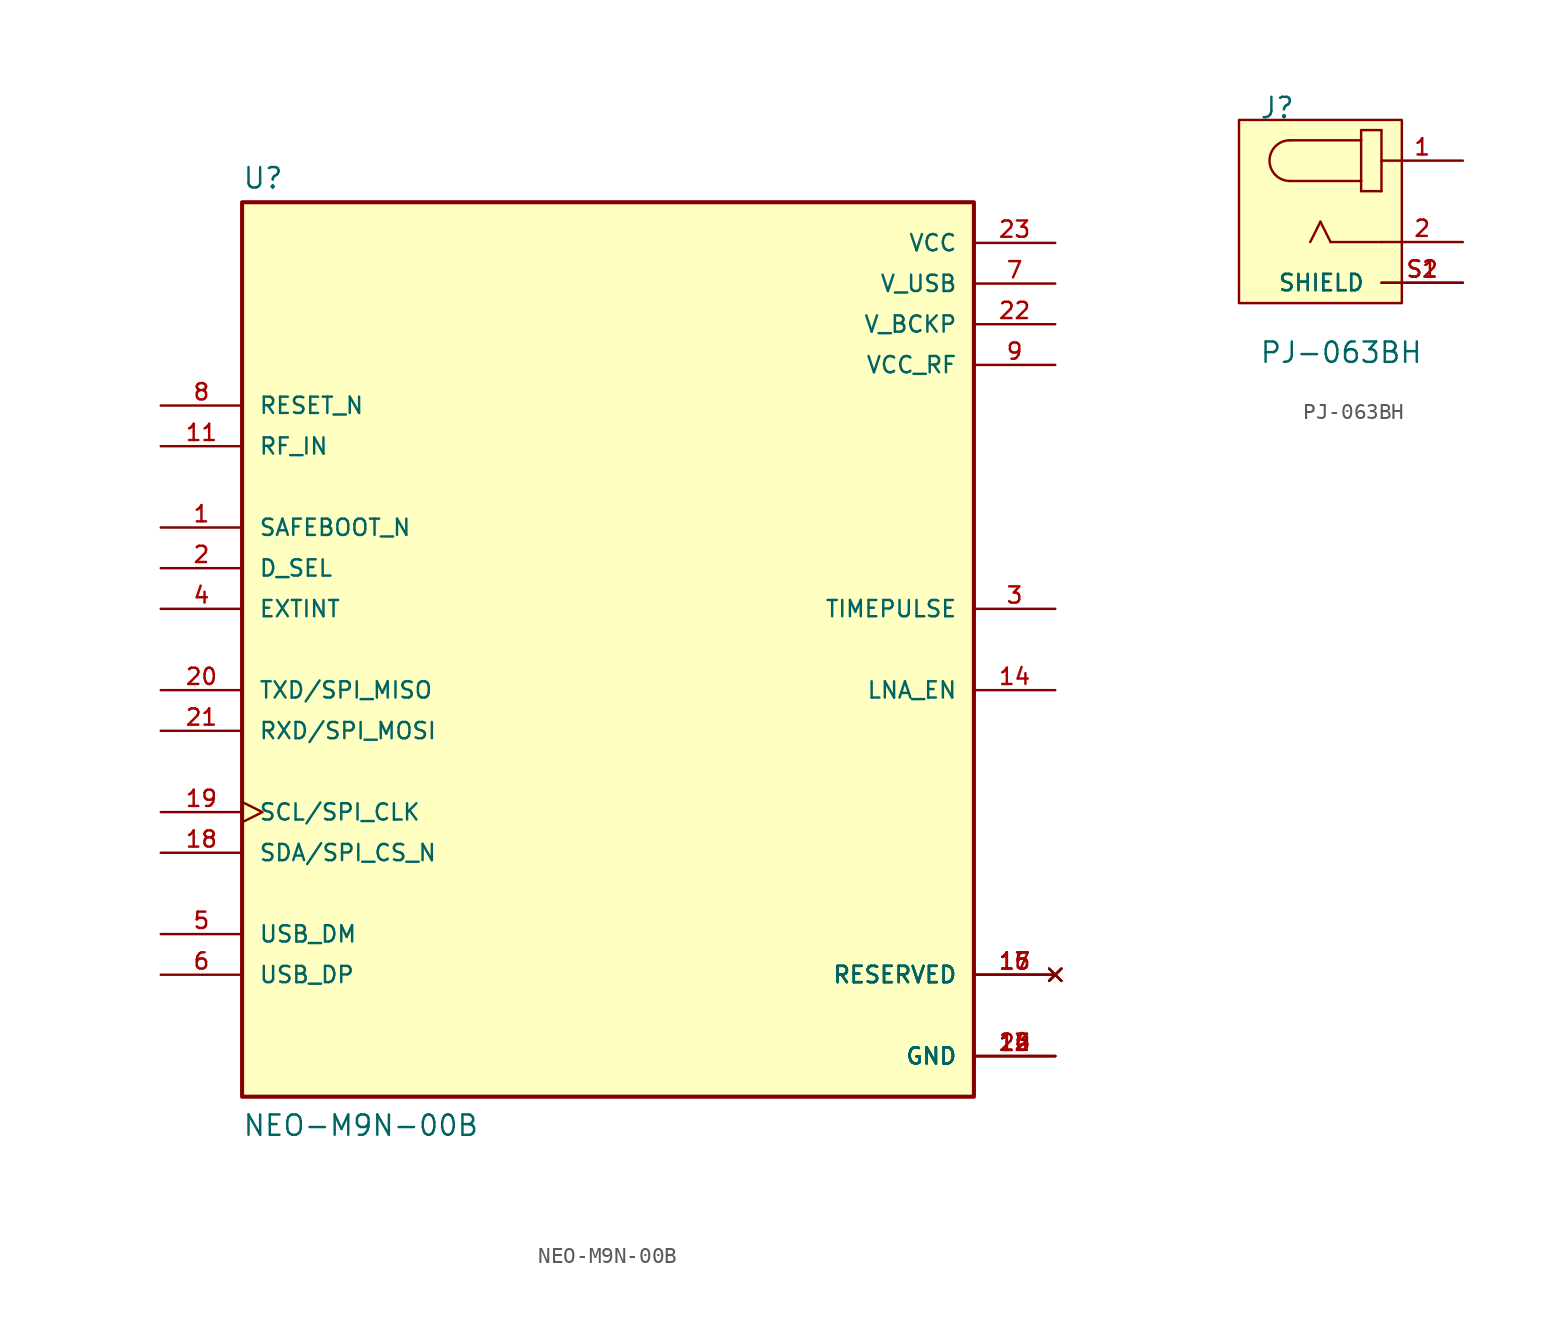
<source format=kicad_sym>
(kicad_symbol_lib
  (version 20211014)
  (generator kicad_symbol_editor)
  (symbol "NEO-M9N-00B"
    (pin_names
      (offset 1.016))
    (property "Reference" "U"
      (at -22.86 28.702 0)
      (effects (font (size 1.27 1.27)) (justify left bottom)))
    (property "Value" "NEO-M9N-00B"
      (at -22.86 -30.48 0)
      (effects (font (size 1.27 1.27)) (justify left bottom)))
    (symbol "NEO-M9N-00B_0_0"
      (rectangle (start -22.86 -27.94) (end 22.86 27.94) (stroke (width 0.254) (type default) (color 0 0 0 0)) (fill (type background)))
      (pin input line (at -27.94 7.62 0) (length 5.08) (name "SAFEBOOT_N" (effects (font (size 1.016 1.016)))) (number "1" (effects (font (size 1.016 1.016)))))
      (pin power_in line (at 27.94 -25.4 180) (length 5.08) (name "GND" (effects (font (size 1.016 1.016)))) (number "10" (effects (font (size 1.016 1.016)))))
      (pin input line (at -27.94 12.7 0) (length 5.08) (name "RF_IN" (effects (font (size 1.016 1.016)))) (number "11" (effects (font (size 1.016 1.016)))))
      (pin power_in line (at 27.94 -25.4 180) (length 5.08) (name "GND" (effects (font (size 1.016 1.016)))) (number "12" (effects (font (size 1.016 1.016)))))
      (pin power_in line (at 27.94 -25.4 180) (length 5.08) (name "GND" (effects (font (size 1.016 1.016)))) (number "13" (effects (font (size 1.016 1.016)))))
      (pin output line (at 27.94 -2.54 180) (length 5.08) (name "LNA_EN" (effects (font (size 1.016 1.016)))) (number "14" (effects (font (size 1.016 1.016)))))
      (pin no_connect line (at 27.94 -20.32 180) (length 5.08) (name "RESERVED" (effects (font (size 1.016 1.016)))) (number "15" (effects (font (size 1.016 1.016)))))
      (pin no_connect line (at 27.94 -20.32 180) (length 5.08) (name "RESERVED" (effects (font (size 1.016 1.016)))) (number "16" (effects (font (size 1.016 1.016)))))
      (pin no_connect line (at 27.94 -20.32 180) (length 5.08) (name "RESERVED" (effects (font (size 1.016 1.016)))) (number "17" (effects (font (size 1.016 1.016)))))
      (pin bidirectional line (at -27.94 -12.7 0) (length 5.08) (name "SDA/SPI_CS_N" (effects (font (size 1.016 1.016)))) (number "18" (effects (font (size 1.016 1.016)))))
      (pin bidirectional clock (at -27.94 -10.16 0) (length 5.08) (name "SCL/SPI_CLK" (effects (font (size 1.016 1.016)))) (number "19" (effects (font (size 1.016 1.016)))))
      (pin input line (at -27.94 5.08 0) (length 5.08) (name "D_SEL" (effects (font (size 1.016 1.016)))) (number "2" (effects (font (size 1.016 1.016)))))
      (pin output line (at -27.94 -2.54 0) (length 5.08) (name "TXD/SPI_MISO" (effects (font (size 1.016 1.016)))) (number "20" (effects (font (size 1.016 1.016)))))
      (pin input line (at -27.94 -5.08 0) (length 5.08) (name "RXD/SPI_MOSI" (effects (font (size 1.016 1.016)))) (number "21" (effects (font (size 1.016 1.016)))))
      (pin power_in line (at 27.94 20.32 180) (length 5.08) (name "V_BCKP" (effects (font (size 1.016 1.016)))) (number "22" (effects (font (size 1.016 1.016)))))
      (pin power_in line (at 27.94 25.4 180) (length 5.08) (name "VCC" (effects (font (size 1.016 1.016)))) (number "23" (effects (font (size 1.016 1.016)))))
      (pin power_in line (at 27.94 -25.4 180) (length 5.08) (name "GND" (effects (font (size 1.016 1.016)))) (number "24" (effects (font (size 1.016 1.016)))))
      (pin output line (at 27.94 2.54 180) (length 5.08) (name "TIMEPULSE" (effects (font (size 1.016 1.016)))) (number "3" (effects (font (size 1.016 1.016)))))
      (pin input line (at -27.94 2.54 0) (length 5.08) (name "EXTINT" (effects (font (size 1.016 1.016)))) (number "4" (effects (font (size 1.016 1.016)))))
      (pin bidirectional line (at -27.94 -17.78 0) (length 5.08) (name "USB_DM" (effects (font (size 1.016 1.016)))) (number "5" (effects (font (size 1.016 1.016)))))
      (pin bidirectional line (at -27.94 -20.32 0) (length 5.08) (name "USB_DP" (effects (font (size 1.016 1.016)))) (number "6" (effects (font (size 1.016 1.016)))))
      (pin power_in line (at 27.94 22.86 180) (length 5.08) (name "V_USB" (effects (font (size 1.016 1.016)))) (number "7" (effects (font (size 1.016 1.016)))))
      (pin input line (at -27.94 15.24 0) (length 5.08) (name "RESET_N" (effects (font (size 1.016 1.016)))) (number "8" (effects (font (size 1.016 1.016)))))
      (pin power_in line (at 27.94 17.78 180) (length 5.08) (name "VCC_RF" (effects (font (size 1.016 1.016)))) (number "9" (effects (font (size 1.016 1.016)))))))
  (symbol "PJ-063BH"
    (pin_names
      (offset 1.016))
    (property "Reference" "J"
      (at -7.634 5.09 0)
      (effects (font (size 1.27 1.27)) (justify left bottom)))
    (property "Value" "PJ-063BH"
      (at -7.633 -10.177 0)
      (effects (font (size 1.27 1.27)) (justify left bottom)))
    (symbol "PJ-063BH_0_0"
      (arc (start -5.715 3.81) (mid -6.985 2.54) (end -5.715 1.27) (stroke (width 0.1524) (type default) (color 0 0 0 0)) (fill (type none)))
      (polyline (pts (xy -5.715 3.81) (xy -1.27 3.81)) (stroke (width 0.152) (type default) (color 0 0 0 0)) (fill (type none)))
      (polyline (pts (xy -3.81 -1.27) (xy -4.445 -2.54)) (stroke (width 0.152) (type default) (color 0 0 0 0)) (fill (type none)))
      (polyline (pts (xy -3.175 -2.54) (xy -3.81 -1.27)) (stroke (width 0.152) (type default) (color 0 0 0 0)) (fill (type none)))
      (polyline (pts (xy -1.27 0.635) (xy 0 0.635)) (stroke (width 0.152) (type default) (color 0 0 0 0)) (fill (type none)))
      (polyline (pts (xy -1.27 1.27) (xy -5.715 1.27)) (stroke (width 0.152) (type default) (color 0 0 0 0)) (fill (type none)))
      (polyline (pts (xy -1.27 1.27) (xy -1.27 0.635)) (stroke (width 0.152) (type default) (color 0 0 0 0)) (fill (type none)))
      (polyline (pts (xy -1.27 3.81) (xy -1.27 1.27)) (stroke (width 0.152) (type default) (color 0 0 0 0)) (fill (type none)))
      (polyline (pts (xy -1.27 4.445) (xy -1.27 3.81)) (stroke (width 0.152) (type default) (color 0 0 0 0)) (fill (type none)))
      (polyline (pts (xy 0 -2.54) (xy -3.175 -2.54)) (stroke (width 0.152) (type default) (color 0 0 0 0)) (fill (type none)))
      (polyline (pts (xy 0 0.635) (xy 0 4.445)) (stroke (width 0.152) (type default) (color 0 0 0 0)) (fill (type none)))
      (polyline (pts (xy 0 4.445) (xy -1.27 4.445)) (stroke (width 0.152) (type default) (color 0 0 0 0)) (fill (type none)))
      (pin passive line (at 5.08 2.54 180) (length 5.08) (name "~" (effects (font (size 1.016 1.016)))) (number "1" (effects (font (size 1.016 1.016)))))
      (pin passive line (at 5.08 -2.54 180) (length 5.08) (name "~" (effects (font (size 1.016 1.016)))) (number "2" (effects (font (size 1.016 1.016)))))
      (pin power_in line (at 5.08 -5.08 180) (length 5.08) (name "SHIELD" (effects (font (size 1.016 1.016)))) (number "S1" (effects (font (size 1.016 1.016)))))
      (pin power_in line (at 5.08 -5.08 180) (length 5.08) (name "SHIELD" (effects (font (size 1.016 1.016)))) (number "S2" (effects (font (size 1.016 1.016))))))
    (symbol "PJ-063BH_0_1"
      (rectangle (start 1.27 5.08) (end -8.89 -6.35) (stroke (width 0) (type default) (color 0 0 0 0)) (fill (type background))))))
</source>
